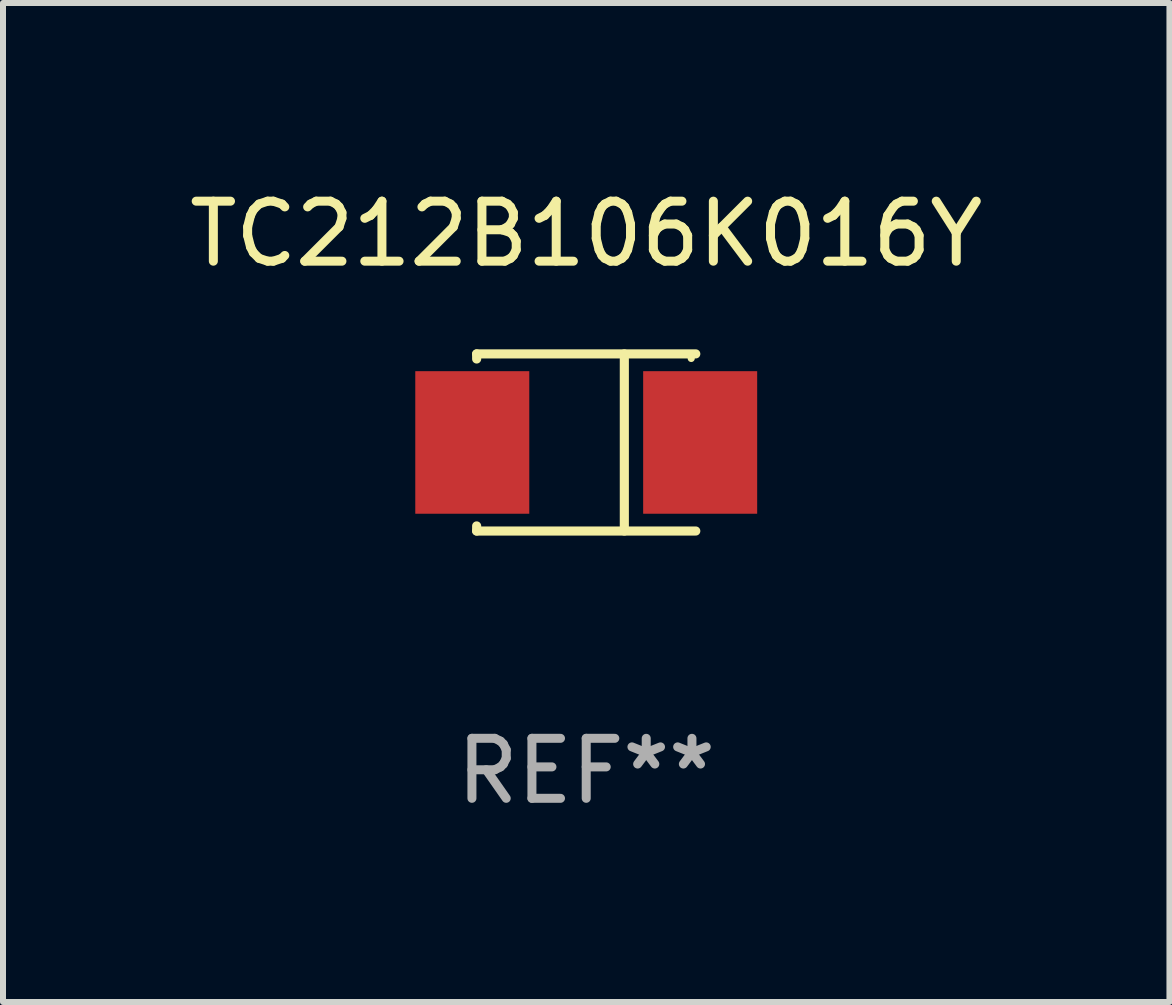
<source format=kicad_pcb>
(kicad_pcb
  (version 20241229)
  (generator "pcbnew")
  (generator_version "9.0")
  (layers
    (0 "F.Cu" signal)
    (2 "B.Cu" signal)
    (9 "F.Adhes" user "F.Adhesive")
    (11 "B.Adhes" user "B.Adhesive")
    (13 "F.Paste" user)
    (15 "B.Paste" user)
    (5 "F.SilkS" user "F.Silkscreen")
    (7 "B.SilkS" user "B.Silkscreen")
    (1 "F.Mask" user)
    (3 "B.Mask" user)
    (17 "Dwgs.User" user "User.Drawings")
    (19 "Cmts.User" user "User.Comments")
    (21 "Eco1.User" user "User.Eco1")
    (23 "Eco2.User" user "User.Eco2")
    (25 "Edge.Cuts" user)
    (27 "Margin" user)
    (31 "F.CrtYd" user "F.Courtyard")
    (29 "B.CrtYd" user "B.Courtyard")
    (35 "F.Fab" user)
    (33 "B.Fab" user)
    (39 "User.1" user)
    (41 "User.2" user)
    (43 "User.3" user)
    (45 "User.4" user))
  (footprint "TC212B106K016Y"
    (layer "F.Cu")
    (at 6.72 4.324)
    (property "Reference" "TC212B106K016Y" (at 0 -3.476 0) (layer "F.SilkS") (effects (font (size 1 1) (thickness 0.15))))
    (attr through_hole)
    (fp_line (start -1.826 -1.476) (end -1.826 -1.391) (stroke (width 0.152) (type solid)) (layer "F.SilkS"))
    (fp_line (start -1.826 -1.476) (end 1.826 -1.476) (stroke (width 0.152) (type solid)) (layer "F.SilkS"))
    (fp_line (start -1.826 1.476) (end -1.826 1.391) (stroke (width 0.152) (type solid)) (layer "F.SilkS"))
    (fp_line (start -1.826 1.476) (end 1.826 1.476) (stroke (width 0.152) (type solid)) (layer "F.SilkS"))
    (fp_line (start 0.635 -1.476) (end 0.635 1.476) (stroke (width 0.152) (type solid)) (layer "F.SilkS"))
    (fp_circle (center 1.75 -1.4) (end 1.78 -1.4) (stroke (width 0.06) (type solid)) (fill no) (layer "F.SilkS"))
    (fp_text user "REF**" (at 0 5.476 0) (layer "F.Fab") (effects (font (size 1 1) (thickness 0.15))))
    (pad "1" smd rect (at 1.899 0) (size 1.9 2.376) (layers "F.Cu" "F.Mask" "F.Paste"))
    (pad "2" smd rect (at -1.899 0) (size 1.9 2.376) (layers "F.Cu" "F.Mask" "F.Paste")))
  (gr_rect
    (start -3 -3)
    (end 16.44 13.649)
    (stroke (width 0.1) (type default))
    (fill no)
    (layer "Edge.Cuts")))
</source>
